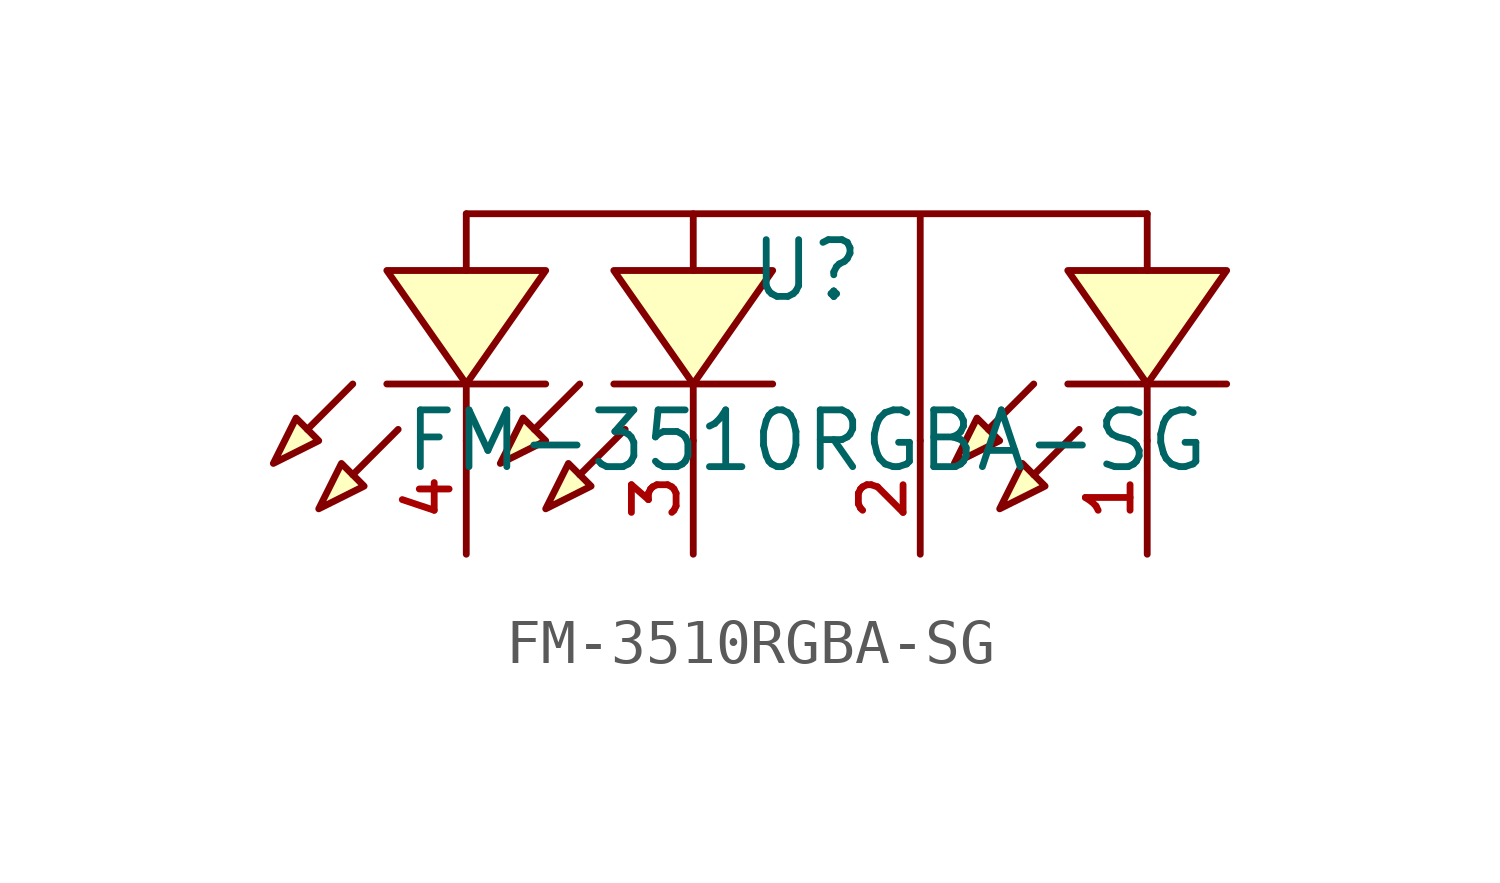
<source format=kicad_sym>
(kicad_symbol_lib
  (version 20210201)
  (generator TousstNicolas/JLC2KiCad_lib)
  (symbol "FM-3510RGBA-SG"
    (pin_names hide)
    (property "Reference" "U"
      (at 0 1.27 0)
      (effects (font (size 1.27 1.27))))
    (property "Value" "FM-3510RGBA-SG"
      (at 0 -2.54 0)
      (effects (font (size 1.27 1.27))))
    (symbol "FM-3510RGBA-SG_0_1"
      (polyline (pts (xy -10.922 -4.064) (xy -10.414 -3.048) (xy -9.906 -3.556) (xy -10.922 -4.064)) (stroke (width 0) (type default) (color 0 0 0 0)) (fill (type background)))
      (polyline (pts (xy -11.938 -3.048) (xy -11.43 -2.032) (xy -10.922 -2.54) (xy -11.938 -3.048)) (stroke (width 0) (type default) (color 0 0 0 0)) (fill (type background)))
      (polyline (pts (xy -9.144 -2.286) (xy -10.16 -3.302)) (stroke (width 0) (type default) (color 0 0 0 0)) (fill (type none)))
      (polyline (pts (xy -10.16 -1.27) (xy -11.176 -2.286)) (stroke (width 0) (type default) (color 0 0 0 0)) (fill (type none)))
      (polyline (pts (xy -7.62 -1.27) (xy -7.62 -2.54)) (stroke (width 0) (type default) (color 0 0 0 0)) (fill (type none)))
      (polyline (pts (xy -7.62 2.54) (xy -7.62 1.27)) (stroke (width 0) (type default) (color 0 0 0 0)) (fill (type none)))
      (polyline (pts (xy -9.398 -1.27) (xy -5.842 -1.27)) (stroke (width 0) (type default) (color 0 0 0 0)) (fill (type none)))
      (polyline (pts (xy -9.398 1.27) (xy -7.62 -1.27) (xy -5.842 1.27) (xy -9.398 1.27)) (stroke (width 0) (type default) (color 0 0 0 0)) (fill (type background)))
      (pin unspecified line (at -7.62 -5.08 90) (length 2.54) (name "-" (effects (font (size 1 1)))) (number "4" (effects (font (size 1 1)))))
      (pin unspecified line (at 2.54 -5.08 90) (length 2.54) (name "+" (effects (font (size 1 1)))) (number "2" (effects (font (size 1 1)))))
      (pin unspecified line (at -2.54 -5.08 90) (length 2.54) (name "-" (effects (font (size 1 1)))) (number "3" (effects (font (size 1 1)))))
      (polyline (pts (xy -4.318 1.27) (xy -2.54 -1.27) (xy -0.762 1.27) (xy -4.318 1.27)) (stroke (width 0) (type default) (color 0 0 0 0)) (fill (type background)))
      (polyline (pts (xy -4.318 -1.27) (xy -0.762 -1.27)) (stroke (width 0) (type default) (color 0 0 0 0)) (fill (type none)))
      (polyline (pts (xy -2.54 2.54) (xy -2.54 1.27)) (stroke (width 0) (type default) (color 0 0 0 0)) (fill (type none)))
      (polyline (pts (xy -2.54 -1.27) (xy -2.54 -2.54)) (stroke (width 0) (type default) (color 0 0 0 0)) (fill (type none)))
      (polyline (pts (xy -5.08 -1.27) (xy -6.096 -2.286)) (stroke (width 0) (type default) (color 0 0 0 0)) (fill (type none)))
      (polyline (pts (xy -4.064 -2.286) (xy -5.08 -3.302)) (stroke (width 0) (type default) (color 0 0 0 0)) (fill (type none)))
      (polyline (pts (xy -6.858 -3.048) (xy -6.35 -2.032) (xy -5.842 -2.54) (xy -6.858 -3.048)) (stroke (width 0) (type default) (color 0 0 0 0)) (fill (type background)))
      (polyline (pts (xy -5.842 -4.064) (xy -5.334 -3.048) (xy -4.826 -3.556) (xy -5.842 -4.064)) (stroke (width 0) (type default) (color 0 0 0 0)) (fill (type background)))
      (pin unspecified line (at 7.62 -5.08 90) (length 2.54) (name "-" (effects (font (size 1 1)))) (number "1" (effects (font (size 1 1)))))
      (polyline (pts (xy 5.842 1.27) (xy 7.62 -1.27) (xy 9.398 1.27) (xy 5.842 1.27)) (stroke (width 0) (type default) (color 0 0 0 0)) (fill (type background)))
      (polyline (pts (xy 5.842 -1.27) (xy 9.398 -1.27)) (stroke (width 0) (type default) (color 0 0 0 0)) (fill (type none)))
      (polyline (pts (xy 7.62 2.54) (xy 7.62 1.27)) (stroke (width 0) (type default) (color 0 0 0 0)) (fill (type none)))
      (polyline (pts (xy 7.62 -1.27) (xy 7.62 -2.54)) (stroke (width 0) (type default) (color 0 0 0 0)) (fill (type none)))
      (polyline (pts (xy 5.08 -1.27) (xy 4.064 -2.286)) (stroke (width 0) (type default) (color 0 0 0 0)) (fill (type none)))
      (polyline (pts (xy 6.096 -2.286) (xy 5.08 -3.302)) (stroke (width 0) (type default) (color 0 0 0 0)) (fill (type none)))
      (polyline (pts (xy 3.302 -3.048) (xy 3.81 -2.032) (xy 4.318 -2.54) (xy 3.302 -3.048)) (stroke (width 0) (type default) (color 0 0 0 0)) (fill (type background)))
      (polyline (pts (xy 4.318 -4.064) (xy 4.826 -3.048) (xy 5.334 -3.556) (xy 4.318 -4.064)) (stroke (width 0) (type default) (color 0 0 0 0)) (fill (type background)))
      (polyline (pts (xy 2.54 -2.54) (xy 2.54 2.54) (xy -7.62 2.54) (xy 2.54 2.54) (xy 7.62 2.54)) (stroke (width 0) (type default) (color 0 0 0 0)) (fill (type none))))))
</source>
